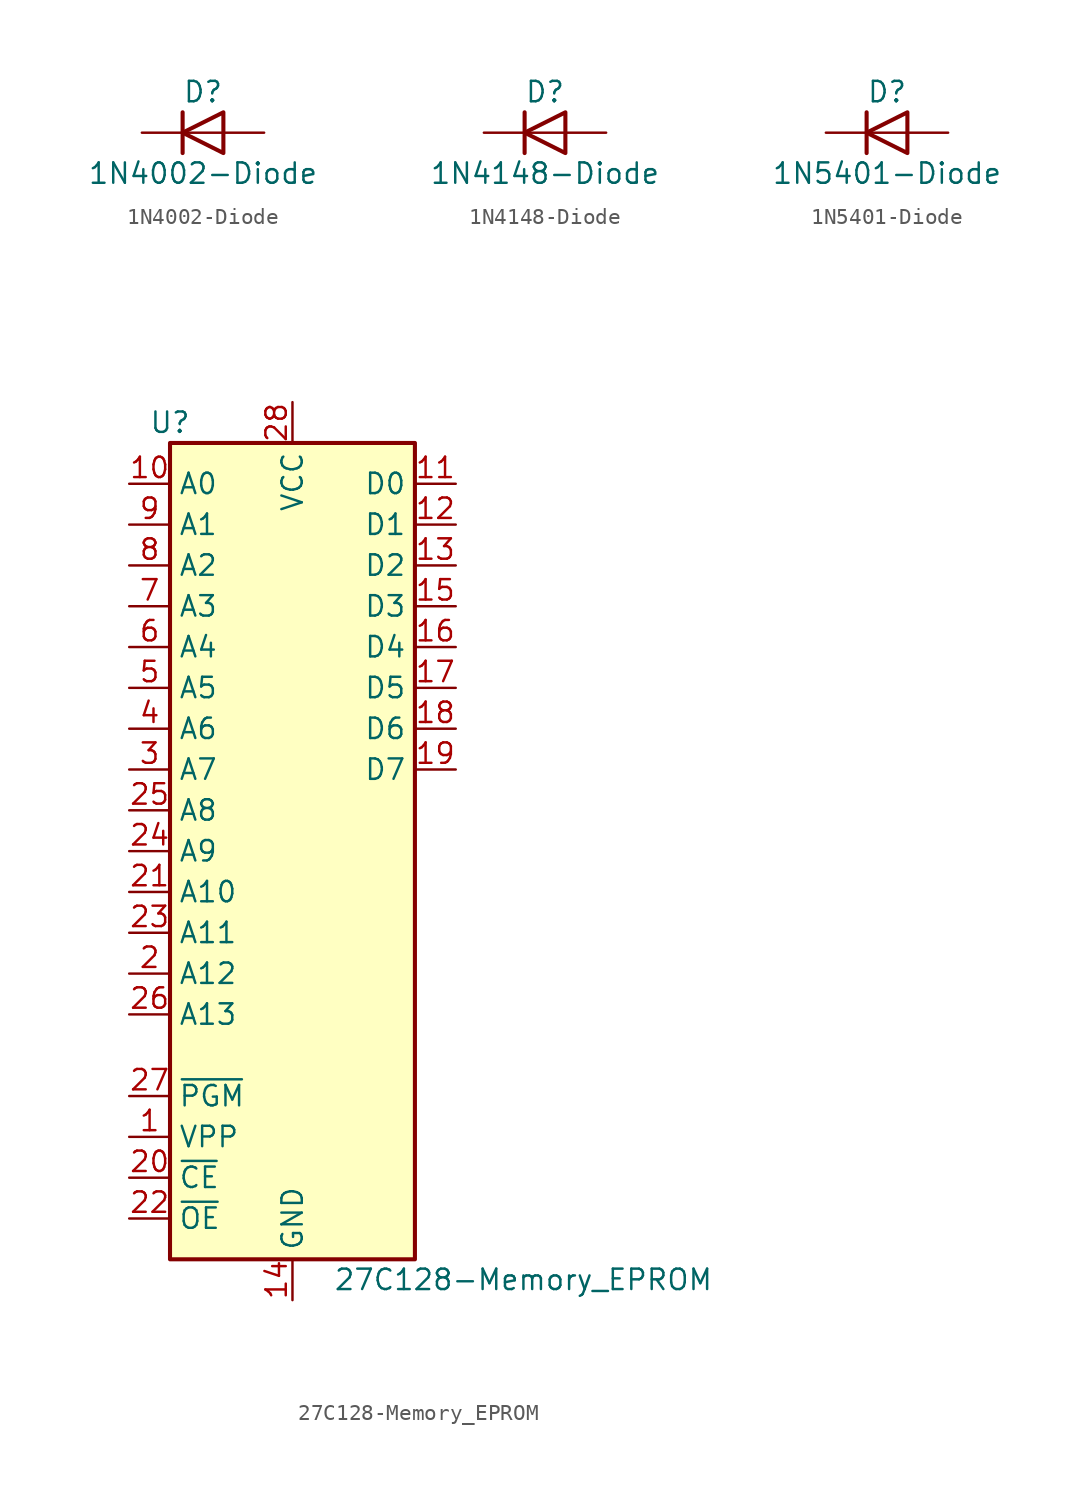
<source format=kicad_sym>
(kicad_symbol_lib
  (version 20211014)
  (generator kicad_symbol_editor)
  (symbol "1N4002-Diode"
    (pin_numbers hide)
    (pin_names
      (offset 1.016) hide)
    (property "Reference" "D"
      (at 0 2.54 0)
      (effects (font (size 1.27 1.27))))
    (property "Value" "1N4002-Diode"
      (at 0 -2.54 0)
      (effects (font (size 1.27 1.27))))
    (symbol "1N4002-Diode_0_1"
      (polyline (pts (xy -1.27 1.27) (xy -1.27 -1.27)) (stroke (width 0.254) (type default) (color 0 0 0 0)) (fill (type none)))
      (polyline (pts (xy 1.27 0) (xy -1.27 0)) (stroke (width 0) (type default) (color 0 0 0 0)) (fill (type none)))
      (polyline (pts (xy 1.27 1.27) (xy 1.27 -1.27) (xy -1.27 0) (xy 1.27 1.27)) (stroke (width 0.254) (type default) (color 0 0 0 0)) (fill (type none))))
    (symbol "1N4002-Diode_1_1"
      (pin passive line (at -3.81 0 0) (length 2.54) (name "K" (effects (font (size 1.27 1.27)))) (number "1" (effects (font (size 1.27 1.27)))))
      (pin passive line (at 3.81 0 180) (length 2.54) (name "A" (effects (font (size 1.27 1.27)))) (number "2" (effects (font (size 1.27 1.27)))))))
  (symbol "1N4148-Diode"
    (pin_numbers hide)
    (pin_names
      (offset 1.016) hide)
    (property "Reference" "D"
      (at 0 2.54 0)
      (effects (font (size 1.27 1.27))))
    (property "Value" "1N4148-Diode"
      (at 0 -2.54 0)
      (effects (font (size 1.27 1.27))))
    (symbol "1N4148-Diode_0_1"
      (polyline (pts (xy -1.27 1.27) (xy -1.27 -1.27)) (stroke (width 0.254) (type default) (color 0 0 0 0)) (fill (type none)))
      (polyline (pts (xy 1.27 0) (xy -1.27 0)) (stroke (width 0) (type default) (color 0 0 0 0)) (fill (type none)))
      (polyline (pts (xy 1.27 1.27) (xy 1.27 -1.27) (xy -1.27 0) (xy 1.27 1.27)) (stroke (width 0.254) (type default) (color 0 0 0 0)) (fill (type none))))
    (symbol "1N4148-Diode_1_1"
      (pin passive line (at -3.81 0 0) (length 2.54) (name "K" (effects (font (size 1.27 1.27)))) (number "1" (effects (font (size 1.27 1.27)))))
      (pin passive line (at 3.81 0 180) (length 2.54) (name "A" (effects (font (size 1.27 1.27)))) (number "2" (effects (font (size 1.27 1.27)))))))
  (symbol "1N5401-Diode"
    (pin_numbers hide)
    (pin_names
      (offset 1.016) hide)
    (property "Reference" "D"
      (at 0 2.54 0)
      (effects (font (size 1.27 1.27))))
    (property "Value" "1N5401-Diode"
      (at 0 -2.54 0)
      (effects (font (size 1.27 1.27))))
    (symbol "1N5401-Diode_0_1"
      (polyline (pts (xy -1.27 1.27) (xy -1.27 -1.27)) (stroke (width 0.254) (type default) (color 0 0 0 0)) (fill (type none)))
      (polyline (pts (xy 1.27 0) (xy -1.27 0)) (stroke (width 0) (type default) (color 0 0 0 0)) (fill (type none)))
      (polyline (pts (xy 1.27 1.27) (xy 1.27 -1.27) (xy -1.27 0) (xy 1.27 1.27)) (stroke (width 0.254) (type default) (color 0 0 0 0)) (fill (type none))))
    (symbol "1N5401-Diode_1_1"
      (pin passive line (at -3.81 0 0) (length 2.54) (name "K" (effects (font (size 1.27 1.27)))) (number "1" (effects (font (size 1.27 1.27)))))
      (pin passive line (at 3.81 0 180) (length 2.54) (name "A" (effects (font (size 1.27 1.27)))) (number "2" (effects (font (size 1.27 1.27)))))))
  (symbol "27C128-Memory_EPROM"
    (property "Reference" "U"
      (at -7.62 26.67 0)
      (effects (font (size 1.27 1.27))))
    (property "Value" "27C128-Memory_EPROM"
      (at 2.54 -26.67 0)
      (effects (font (size 1.27 1.27)) (justify left)))
    (symbol "27C128-Memory_EPROM_1_1"
      (rectangle (start -7.62 25.4) (end 7.62 -25.4) (stroke (width 0.254) (type default) (color 0 0 0 0)) (fill (type background)))
      (pin input line (at -10.16 -17.78 0) (length 2.54) (name "VPP" (effects (font (size 1.27 1.27)))) (number "1" (effects (font (size 1.27 1.27)))))
      (pin input line (at -10.16 22.86 0) (length 2.54) (name "A0" (effects (font (size 1.27 1.27)))) (number "10" (effects (font (size 1.27 1.27)))))
      (pin tri_state line (at 10.16 22.86 180) (length 2.54) (name "D0" (effects (font (size 1.27 1.27)))) (number "11" (effects (font (size 1.27 1.27)))))
      (pin tri_state line (at 10.16 20.32 180) (length 2.54) (name "D1" (effects (font (size 1.27 1.27)))) (number "12" (effects (font (size 1.27 1.27)))))
      (pin tri_state line (at 10.16 17.78 180) (length 2.54) (name "D2" (effects (font (size 1.27 1.27)))) (number "13" (effects (font (size 1.27 1.27)))))
      (pin power_in line (at 0 -27.94 90) (length 2.54) (name "GND" (effects (font (size 1.27 1.27)))) (number "14" (effects (font (size 1.27 1.27)))))
      (pin tri_state line (at 10.16 15.24 180) (length 2.54) (name "D3" (effects (font (size 1.27 1.27)))) (number "15" (effects (font (size 1.27 1.27)))))
      (pin tri_state line (at 10.16 12.7 180) (length 2.54) (name "D4" (effects (font (size 1.27 1.27)))) (number "16" (effects (font (size 1.27 1.27)))))
      (pin tri_state line (at 10.16 10.16 180) (length 2.54) (name "D5" (effects (font (size 1.27 1.27)))) (number "17" (effects (font (size 1.27 1.27)))))
      (pin tri_state line (at 10.16 7.62 180) (length 2.54) (name "D6" (effects (font (size 1.27 1.27)))) (number "18" (effects (font (size 1.27 1.27)))))
      (pin tri_state line (at 10.16 5.08 180) (length 2.54) (name "D7" (effects (font (size 1.27 1.27)))) (number "19" (effects (font (size 1.27 1.27)))))
      (pin input line (at -10.16 -7.62 0) (length 2.54) (name "A12" (effects (font (size 1.27 1.27)))) (number "2" (effects (font (size 1.27 1.27)))))
      (pin input line (at -10.16 -20.32 0) (length 2.54) (name "~{CE}" (effects (font (size 1.27 1.27)))) (number "20" (effects (font (size 1.27 1.27)))))
      (pin input line (at -10.16 -2.54 0) (length 2.54) (name "A10" (effects (font (size 1.27 1.27)))) (number "21" (effects (font (size 1.27 1.27)))))
      (pin input line (at -10.16 -22.86 0) (length 2.54) (name "~{OE}" (effects (font (size 1.27 1.27)))) (number "22" (effects (font (size 1.27 1.27)))))
      (pin input line (at -10.16 -5.08 0) (length 2.54) (name "A11" (effects (font (size 1.27 1.27)))) (number "23" (effects (font (size 1.27 1.27)))))
      (pin input line (at -10.16 0 0) (length 2.54) (name "A9" (effects (font (size 1.27 1.27)))) (number "24" (effects (font (size 1.27 1.27)))))
      (pin input line (at -10.16 2.54 0) (length 2.54) (name "A8" (effects (font (size 1.27 1.27)))) (number "25" (effects (font (size 1.27 1.27)))))
      (pin input line (at -10.16 -10.16 0) (length 2.54) (name "A13" (effects (font (size 1.27 1.27)))) (number "26" (effects (font (size 1.27 1.27)))))
      (pin input line (at -10.16 -15.24 0) (length 2.54) (name "~{PGM}" (effects (font (size 1.27 1.27)))) (number "27" (effects (font (size 1.27 1.27)))))
      (pin power_in line (at 0 27.94 270) (length 2.54) (name "VCC" (effects (font (size 1.27 1.27)))) (number "28" (effects (font (size 1.27 1.27)))))
      (pin input line (at -10.16 5.08 0) (length 2.54) (name "A7" (effects (font (size 1.27 1.27)))) (number "3" (effects (font (size 1.27 1.27)))))
      (pin input line (at -10.16 7.62 0) (length 2.54) (name "A6" (effects (font (size 1.27 1.27)))) (number "4" (effects (font (size 1.27 1.27)))))
      (pin input line (at -10.16 10.16 0) (length 2.54) (name "A5" (effects (font (size 1.27 1.27)))) (number "5" (effects (font (size 1.27 1.27)))))
      (pin input line (at -10.16 12.7 0) (length 2.54) (name "A4" (effects (font (size 1.27 1.27)))) (number "6" (effects (font (size 1.27 1.27)))))
      (pin input line (at -10.16 15.24 0) (length 2.54) (name "A3" (effects (font (size 1.27 1.27)))) (number "7" (effects (font (size 1.27 1.27)))))
      (pin input line (at -10.16 17.78 0) (length 2.54) (name "A2" (effects (font (size 1.27 1.27)))) (number "8" (effects (font (size 1.27 1.27)))))
      (pin input line (at -10.16 20.32 0) (length 2.54) (name "A1" (effects (font (size 1.27 1.27)))) (number "9" (effects (font (size 1.27 1.27))))))))
</source>
